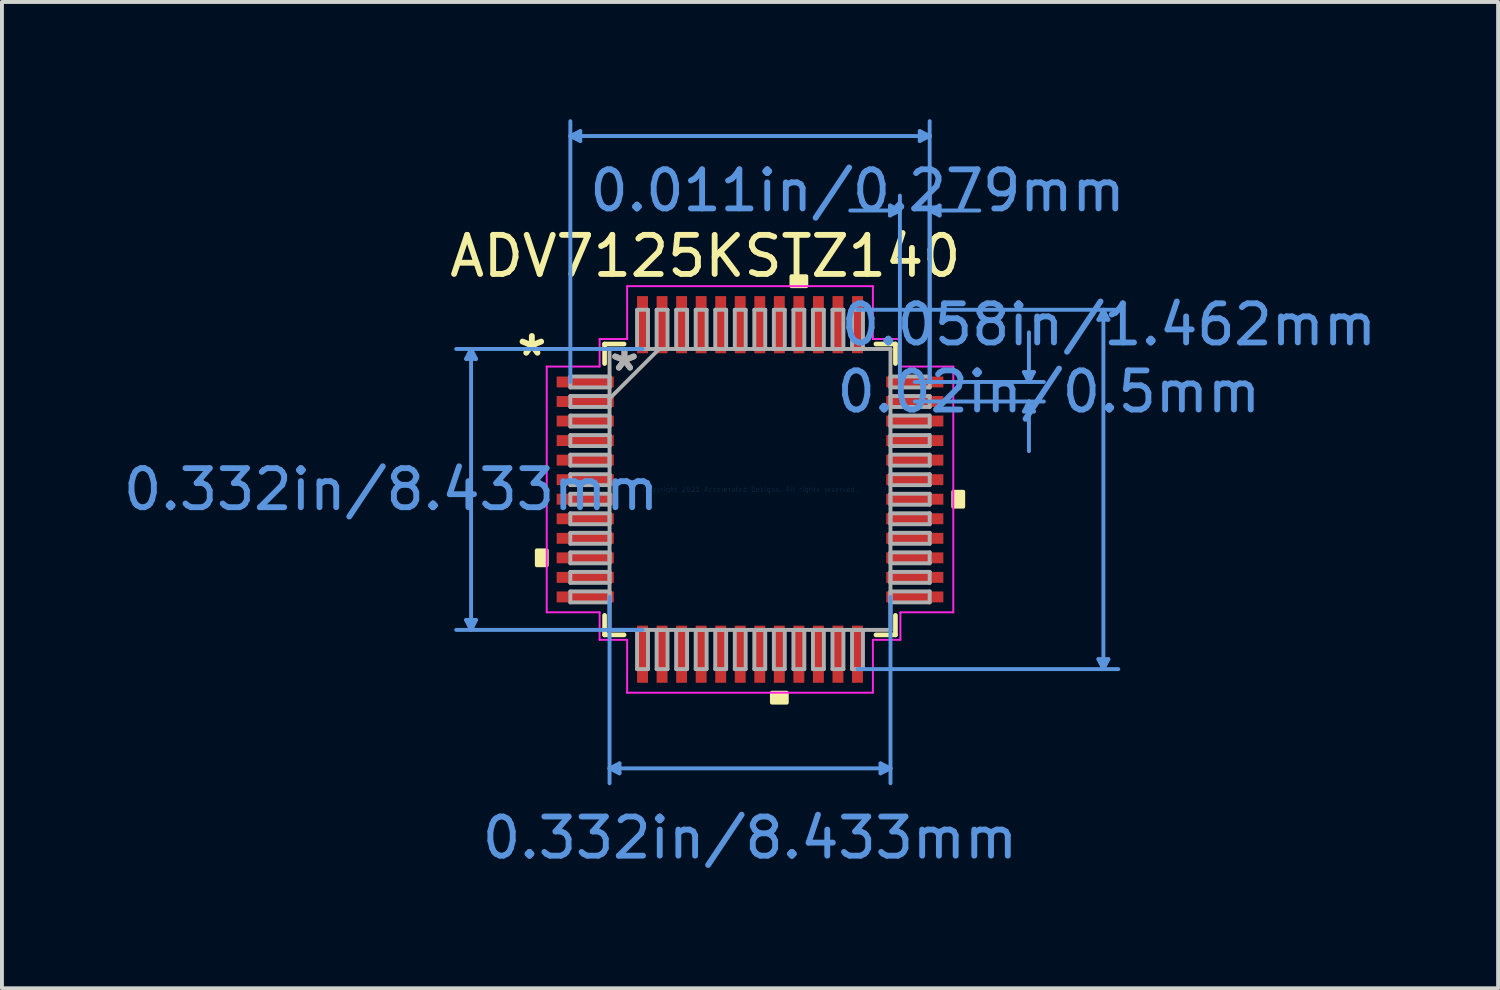
<source format=kicad_pcb>
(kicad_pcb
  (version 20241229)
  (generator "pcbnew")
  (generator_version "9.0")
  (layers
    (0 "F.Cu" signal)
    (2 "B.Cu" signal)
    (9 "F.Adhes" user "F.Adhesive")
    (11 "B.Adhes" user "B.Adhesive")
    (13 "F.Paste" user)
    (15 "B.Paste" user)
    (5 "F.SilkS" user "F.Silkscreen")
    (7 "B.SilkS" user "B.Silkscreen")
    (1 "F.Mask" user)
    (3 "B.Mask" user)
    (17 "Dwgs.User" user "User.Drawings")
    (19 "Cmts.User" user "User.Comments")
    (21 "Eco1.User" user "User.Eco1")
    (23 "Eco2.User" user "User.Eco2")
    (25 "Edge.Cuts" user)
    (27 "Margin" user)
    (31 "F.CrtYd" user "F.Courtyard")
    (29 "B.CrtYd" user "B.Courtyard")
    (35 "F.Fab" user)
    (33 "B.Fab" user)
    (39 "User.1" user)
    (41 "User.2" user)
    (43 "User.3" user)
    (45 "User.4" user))
  (footprint "ADV7125KSTZ140"
    (layer "F.Cu")
    (at 16.14 9.473)
    (property "Reference" "ADV7125KSTZ140" (at -1.143 -5.969 0) (layer "F.SilkS") (effects (font (size 1 1) (thickness 0.15))))
    (attr smd)
    (fp_line (start -3.721 -3.721) (end -3.721 -3.222) (stroke (width 0.12) (type solid)) (layer "F.SilkS"))
    (fp_line (start -3.721 3.222) (end -3.721 3.721) (stroke (width 0.12) (type solid)) (layer "F.SilkS"))
    (fp_line (start -3.721 3.721) (end -3.222 3.721) (stroke (width 0.12) (type solid)) (layer "F.SilkS"))
    (fp_line (start -3.222 -3.721) (end -3.721 -3.721) (stroke (width 0.12) (type solid)) (layer "F.SilkS"))
    (fp_line (start 3.222 3.721) (end 3.721 3.721) (stroke (width 0.12) (type solid)) (layer "F.SilkS"))
    (fp_line (start 3.721 -3.721) (end 3.222 -3.721) (stroke (width 0.12) (type solid)) (layer "F.SilkS"))
    (fp_line (start 3.721 -3.222) (end 3.721 -3.721) (stroke (width 0.12) (type solid)) (layer "F.SilkS"))
    (fp_line (start 3.721 3.721) (end 3.721 3.222) (stroke (width 0.12) (type solid)) (layer "F.SilkS"))
    (fp_poly (pts (xy -5.455 1.559) (xy -5.455 1.94) (xy -5.201 1.94) (xy -5.201 1.559)) (stroke (width 0.1) (type solid)) (fill yes) (layer "F.SilkS"))
    (fp_poly (pts (xy 0.56 5.201) (xy 0.56 5.455) (xy 0.941 5.455) (xy 0.941 5.201)) (stroke (width 0.1) (type solid)) (fill yes) (layer "F.SilkS"))
    (fp_poly (pts (xy 1.06 -5.201) (xy 1.06 -5.455) (xy 1.44 -5.455) (xy 1.44 -5.201)) (stroke (width 0.1) (type solid)) (fill yes) (layer "F.SilkS"))
    (fp_poly (pts (xy 5.455 0.059) (xy 5.455 0.441) (xy 5.201 0.441) (xy 5.201 0.059)) (stroke (width 0.1) (type solid)) (fill yes) (layer "F.SilkS"))
    (fp_line (start -7.264 -3.34) (end -7.01 -3.34) (stroke (width 0.1) (type solid)) (layer "Cmts.User"))
    (fp_line (start -7.264 3.34) (end -7.01 3.34) (stroke (width 0.1) (type solid)) (layer "Cmts.User"))
    (fp_line (start -7.137 -3.594) (end -7.264 -3.34) (stroke (width 0.1) (type solid)) (layer "Cmts.User"))
    (fp_line (start -7.137 -3.594) (end -7.137 3.594) (stroke (width 0.1) (type solid)) (layer "Cmts.User"))
    (fp_line (start -7.137 -3.594) (end -7.01 -3.34) (stroke (width 0.1) (type solid)) (layer "Cmts.User"))
    (fp_line (start -7.137 3.594) (end -7.264 3.34) (stroke (width 0.1) (type solid)) (layer "Cmts.User"))
    (fp_line (start -7.137 3.594) (end -7.01 3.34) (stroke (width 0.1) (type solid)) (layer "Cmts.User"))
    (fp_line (start -4.597 -9.042) (end -4.343 -9.169) (stroke (width 0.1) (type solid)) (layer "Cmts.User"))
    (fp_line (start -4.597 -9.042) (end -4.343 -8.915) (stroke (width 0.1) (type solid)) (layer "Cmts.User"))
    (fp_line (start -4.597 -9.042) (end 4.597 -9.042) (stroke (width 0.1) (type solid)) (layer "Cmts.User"))
    (fp_line (start -4.597 -2.75) (end -4.597 -9.423) (stroke (width 0.1) (type solid)) (layer "Cmts.User"))
    (fp_line (start -4.343 -9.169) (end -4.343 -8.915) (stroke (width 0.1) (type solid)) (layer "Cmts.User"))
    (fp_line (start -3.594 2.75) (end -3.594 7.518) (stroke (width 0.1) (type solid)) (layer "Cmts.User"))
    (fp_line (start -3.594 7.137) (end -3.34 7.01) (stroke (width 0.1) (type solid)) (layer "Cmts.User"))
    (fp_line (start -3.594 7.137) (end -3.34 7.264) (stroke (width 0.1) (type solid)) (layer "Cmts.User"))
    (fp_line (start -3.594 7.137) (end 3.594 7.137) (stroke (width 0.1) (type solid)) (layer "Cmts.User"))
    (fp_line (start -3.34 7.01) (end -3.34 7.264) (stroke (width 0.1) (type solid)) (layer "Cmts.User"))
    (fp_line (start -2.75 -3.594) (end -7.518 -3.594) (stroke (width 0.1) (type solid)) (layer "Cmts.User"))
    (fp_line (start -2.75 3.594) (end -7.518 3.594) (stroke (width 0.1) (type solid)) (layer "Cmts.User"))
    (fp_line (start 2.75 -4.597) (end 9.423 -4.597) (stroke (width 0.1) (type solid)) (layer "Cmts.User"))
    (fp_line (start 2.75 4.597) (end 9.423 4.597) (stroke (width 0.1) (type solid)) (layer "Cmts.User"))
    (fp_line (start 3.34 7.01) (end 3.34 7.264) (stroke (width 0.1) (type solid)) (layer "Cmts.User"))
    (fp_line (start 3.581 -7.264) (end 3.581 -7.01) (stroke (width 0.1) (type solid)) (layer "Cmts.User"))
    (fp_line (start 3.594 2.75) (end 3.594 7.518) (stroke (width 0.1) (type solid)) (layer "Cmts.User"))
    (fp_line (start 3.594 7.137) (end 3.34 7.01) (stroke (width 0.1) (type solid)) (layer "Cmts.User"))
    (fp_line (start 3.594 7.137) (end 3.34 7.264) (stroke (width 0.1) (type solid)) (layer "Cmts.User"))
    (fp_line (start 3.835 -7.137) (end 2.565 -7.137) (stroke (width 0.1) (type solid)) (layer "Cmts.User"))
    (fp_line (start 3.835 -7.137) (end 3.581 -7.264) (stroke (width 0.1) (type solid)) (layer "Cmts.User"))
    (fp_line (start 3.835 -7.137) (end 3.581 -7.01) (stroke (width 0.1) (type solid)) (layer "Cmts.User"))
    (fp_line (start 3.835 -2.75) (end 3.835 -7.518) (stroke (width 0.1) (type solid)) (layer "Cmts.User"))
    (fp_line (start 4.216 -2.75) (end 7.518 -2.75) (stroke (width 0.1) (type solid)) (layer "Cmts.User"))
    (fp_line (start 4.216 -2.25) (end 7.518 -2.25) (stroke (width 0.1) (type solid)) (layer "Cmts.User"))
    (fp_line (start 4.343 -9.169) (end 4.343 -8.915) (stroke (width 0.1) (type solid)) (layer "Cmts.User"))
    (fp_line (start 4.597 -9.042) (end 4.343 -9.169) (stroke (width 0.1) (type solid)) (layer "Cmts.User"))
    (fp_line (start 4.597 -9.042) (end 4.343 -8.915) (stroke (width 0.1) (type solid)) (layer "Cmts.User"))
    (fp_line (start 4.597 -7.137) (end 4.851 -7.264) (stroke (width 0.1) (type solid)) (layer "Cmts.User"))
    (fp_line (start 4.597 -7.137) (end 4.851 -7.01) (stroke (width 0.1) (type solid)) (layer "Cmts.User"))
    (fp_line (start 4.597 -7.137) (end 5.867 -7.137) (stroke (width 0.1) (type solid)) (layer "Cmts.User"))
    (fp_line (start 4.597 -2.75) (end 4.597 -9.423) (stroke (width 0.1) (type solid)) (layer "Cmts.User"))
    (fp_line (start 4.597 -2.75) (end 4.597 -7.518) (stroke (width 0.1) (type solid)) (layer "Cmts.User"))
    (fp_line (start 4.851 -7.264) (end 4.851 -7.01) (stroke (width 0.1) (type solid)) (layer "Cmts.User"))
    (fp_line (start 7.01 -3.004) (end 7.264 -3.004) (stroke (width 0.1) (type solid)) (layer "Cmts.User"))
    (fp_line (start 7.01 -1.996) (end 7.264 -1.996) (stroke (width 0.1) (type solid)) (layer "Cmts.User"))
    (fp_line (start 7.137 -2.75) (end 7.01 -3.004) (stroke (width 0.1) (type solid)) (layer "Cmts.User"))
    (fp_line (start 7.137 -2.75) (end 7.137 -4.02) (stroke (width 0.1) (type solid)) (layer "Cmts.User"))
    (fp_line (start 7.137 -2.75) (end 7.264 -3.004) (stroke (width 0.1) (type solid)) (layer "Cmts.User"))
    (fp_line (start 7.137 -2.25) (end 7.01 -1.996) (stroke (width 0.1) (type solid)) (layer "Cmts.User"))
    (fp_line (start 7.137 -2.25) (end 7.137 -0.98) (stroke (width 0.1) (type solid)) (layer "Cmts.User"))
    (fp_line (start 7.137 -2.25) (end 7.264 -1.996) (stroke (width 0.1) (type solid)) (layer "Cmts.User"))
    (fp_line (start 8.915 -4.343) (end 9.169 -4.343) (stroke (width 0.1) (type solid)) (layer "Cmts.User"))
    (fp_line (start 8.915 4.343) (end 9.169 4.343) (stroke (width 0.1) (type solid)) (layer "Cmts.User"))
    (fp_line (start 9.042 -4.597) (end 8.915 -4.343) (stroke (width 0.1) (type solid)) (layer "Cmts.User"))
    (fp_line (start 9.042 -4.597) (end 9.042 4.597) (stroke (width 0.1) (type solid)) (layer "Cmts.User"))
    (fp_line (start 9.042 -4.597) (end 9.169 -4.343) (stroke (width 0.1) (type solid)) (layer "Cmts.User"))
    (fp_line (start 9.042 4.597) (end 8.915 4.343) (stroke (width 0.1) (type solid)) (layer "Cmts.User"))
    (fp_line (start 9.042 4.597) (end 9.169 4.343) (stroke (width 0.1) (type solid)) (layer "Cmts.User"))
    (fp_line (start -5.201 -3.144) (end -3.848 -3.144) (stroke (width 0.05) (type solid)) (layer "F.CrtYd"))
    (fp_line (start -5.201 3.144) (end -5.201 -3.144) (stroke (width 0.05) (type solid)) (layer "F.CrtYd"))
    (fp_line (start -3.848 -3.848) (end -3.144 -3.848) (stroke (width 0.05) (type solid)) (layer "F.CrtYd"))
    (fp_line (start -3.848 -3.144) (end -3.848 -3.848) (stroke (width 0.05) (type solid)) (layer "F.CrtYd"))
    (fp_line (start -3.848 3.144) (end -5.201 3.144) (stroke (width 0.05) (type solid)) (layer "F.CrtYd"))
    (fp_line (start -3.848 3.848) (end -3.848 3.144) (stroke (width 0.05) (type solid)) (layer "F.CrtYd"))
    (fp_line (start -3.144 -5.201) (end 3.144 -5.201) (stroke (width 0.05) (type solid)) (layer "F.CrtYd"))
    (fp_line (start -3.144 -3.848) (end -3.144 -5.201) (stroke (width 0.05) (type solid)) (layer "F.CrtYd"))
    (fp_line (start -3.144 3.848) (end -3.848 3.848) (stroke (width 0.05) (type solid)) (layer "F.CrtYd"))
    (fp_line (start -3.144 5.201) (end -3.144 3.848) (stroke (width 0.05) (type solid)) (layer "F.CrtYd"))
    (fp_line (start 3.144 -5.201) (end 3.144 -3.848) (stroke (width 0.05) (type solid)) (layer "F.CrtYd"))
    (fp_line (start 3.144 -3.848) (end 3.848 -3.848) (stroke (width 0.05) (type solid)) (layer "F.CrtYd"))
    (fp_line (start 3.144 3.848) (end 3.144 5.201) (stroke (width 0.05) (type solid)) (layer "F.CrtYd"))
    (fp_line (start 3.144 5.201) (end -3.144 5.201) (stroke (width 0.05) (type solid)) (layer "F.CrtYd"))
    (fp_line (start 3.848 -3.848) (end 3.848 -3.144) (stroke (width 0.05) (type solid)) (layer "F.CrtYd"))
    (fp_line (start 3.848 -3.144) (end 5.201 -3.144) (stroke (width 0.05) (type solid)) (layer "F.CrtYd"))
    (fp_line (start 3.848 3.144) (end 3.848 3.848) (stroke (width 0.05) (type solid)) (layer "F.CrtYd"))
    (fp_line (start 3.848 3.848) (end 3.144 3.848) (stroke (width 0.05) (type solid)) (layer "F.CrtYd"))
    (fp_line (start 5.201 -3.144) (end 5.201 3.144) (stroke (width 0.05) (type solid)) (layer "F.CrtYd"))
    (fp_line (start 5.201 3.144) (end 3.848 3.144) (stroke (width 0.05) (type solid)) (layer "F.CrtYd"))
    (fp_line (start -4.597 -2.89) (end -4.597 -2.61) (stroke (width 0.1) (type solid)) (layer "F.Fab"))
    (fp_line (start -4.597 -2.61) (end -3.594 -2.61) (stroke (width 0.1) (type solid)) (layer "F.Fab"))
    (fp_line (start -4.597 -2.39) (end -4.597 -2.11) (stroke (width 0.1) (type solid)) (layer "F.Fab"))
    (fp_line (start -4.597 -2.11) (end -3.594 -2.11) (stroke (width 0.1) (type solid)) (layer "F.Fab"))
    (fp_line (start -4.597 -1.89) (end -4.597 -1.61) (stroke (width 0.1) (type solid)) (layer "F.Fab"))
    (fp_line (start -4.597 -1.61) (end -3.594 -1.61) (stroke (width 0.1) (type solid)) (layer "F.Fab"))
    (fp_line (start -4.597 -1.39) (end -4.597 -1.11) (stroke (width 0.1) (type solid)) (layer "F.Fab"))
    (fp_line (start -4.597 -1.11) (end -3.594 -1.11) (stroke (width 0.1) (type solid)) (layer "F.Fab"))
    (fp_line (start -4.597 -0.89) (end -4.597 -0.61) (stroke (width 0.1) (type solid)) (layer "F.Fab"))
    (fp_line (start -4.597 -0.61) (end -3.594 -0.61) (stroke (width 0.1) (type solid)) (layer "F.Fab"))
    (fp_line (start -4.597 -0.39) (end -4.597 -0.11) (stroke (width 0.1) (type solid)) (layer "F.Fab"))
    (fp_line (start -4.597 -0.11) (end -3.594 -0.11) (stroke (width 0.1) (type solid)) (layer "F.Fab"))
    (fp_line (start -4.597 0.11) (end -4.597 0.39) (stroke (width 0.1) (type solid)) (layer "F.Fab"))
    (fp_line (start -4.597 0.39) (end -3.594 0.39) (stroke (width 0.1) (type solid)) (layer "F.Fab"))
    (fp_line (start -4.597 0.61) (end -4.597 0.89) (stroke (width 0.1) (type solid)) (layer "F.Fab"))
    (fp_line (start -4.597 0.89) (end -3.594 0.89) (stroke (width 0.1) (type solid)) (layer "F.Fab"))
    (fp_line (start -4.597 1.11) (end -4.597 1.39) (stroke (width 0.1) (type solid)) (layer "F.Fab"))
    (fp_line (start -4.597 1.39) (end -3.594 1.39) (stroke (width 0.1) (type solid)) (layer "F.Fab"))
    (fp_line (start -4.597 1.61) (end -4.597 1.89) (stroke (width 0.1) (type solid)) (layer "F.Fab"))
    (fp_line (start -4.597 1.89) (end -3.594 1.89) (stroke (width 0.1) (type solid)) (layer "F.Fab"))
    (fp_line (start -4.597 2.11) (end -4.597 2.39) (stroke (width 0.1) (type solid)) (layer "F.Fab"))
    (fp_line (start -4.597 2.39) (end -3.594 2.39) (stroke (width 0.1) (type solid)) (layer "F.Fab"))
    (fp_line (start -4.597 2.61) (end -4.597 2.89) (stroke (width 0.1) (type solid)) (layer "F.Fab"))
    (fp_line (start -4.597 2.89) (end -3.594 2.89) (stroke (width 0.1) (type solid)) (layer "F.Fab"))
    (fp_line (start -3.594 -3.594) (end -3.594 3.594) (stroke (width 0.1) (type solid)) (layer "F.Fab"))
    (fp_line (start -3.594 -2.89) (end -4.597 -2.89) (stroke (width 0.1) (type solid)) (layer "F.Fab"))
    (fp_line (start -3.594 -2.61) (end -3.594 -2.89) (stroke (width 0.1) (type solid)) (layer "F.Fab"))
    (fp_line (start -3.594 -2.39) (end -4.597 -2.39) (stroke (width 0.1) (type solid)) (layer "F.Fab"))
    (fp_line (start -3.594 -2.324) (end -2.324 -3.594) (stroke (width 0.1) (type solid)) (layer "F.Fab"))
    (fp_line (start -3.594 -2.11) (end -3.594 -2.39) (stroke (width 0.1) (type solid)) (layer "F.Fab"))
    (fp_line (start -3.594 -1.89) (end -4.597 -1.89) (stroke (width 0.1) (type solid)) (layer "F.Fab"))
    (fp_line (start -3.594 -1.61) (end -3.594 -1.89) (stroke (width 0.1) (type solid)) (layer "F.Fab"))
    (fp_line (start -3.594 -1.39) (end -4.597 -1.39) (stroke (width 0.1) (type solid)) (layer "F.Fab"))
    (fp_line (start -3.594 -1.11) (end -3.594 -1.39) (stroke (width 0.1) (type solid)) (layer "F.Fab"))
    (fp_line (start -3.594 -0.89) (end -4.597 -0.89) (stroke (width 0.1) (type solid)) (layer "F.Fab"))
    (fp_line (start -3.594 -0.61) (end -3.594 -0.89) (stroke (width 0.1) (type solid)) (layer "F.Fab"))
    (fp_line (start -3.594 -0.39) (end -4.597 -0.39) (stroke (width 0.1) (type solid)) (layer "F.Fab"))
    (fp_line (start -3.594 -0.11) (end -3.594 -0.39) (stroke (width 0.1) (type solid)) (layer "F.Fab"))
    (fp_line (start -3.594 0.11) (end -4.597 0.11) (stroke (width 0.1) (type solid)) (layer "F.Fab"))
    (fp_line (start -3.594 0.39) (end -3.594 0.11) (stroke (width 0.1) (type solid)) (layer "F.Fab"))
    (fp_line (start -3.594 0.61) (end -4.597 0.61) (stroke (width 0.1) (type solid)) (layer "F.Fab"))
    (fp_line (start -3.594 0.89) (end -3.594 0.61) (stroke (width 0.1) (type solid)) (layer "F.Fab"))
    (fp_line (start -3.594 1.11) (end -4.597 1.11) (stroke (width 0.1) (type solid)) (layer "F.Fab"))
    (fp_line (start -3.594 1.39) (end -3.594 1.11) (stroke (width 0.1) (type solid)) (layer "F.Fab"))
    (fp_line (start -3.594 1.61) (end -4.597 1.61) (stroke (width 0.1) (type solid)) (layer "F.Fab"))
    (fp_line (start -3.594 1.89) (end -3.594 1.61) (stroke (width 0.1) (type solid)) (layer "F.Fab"))
    (fp_line (start -3.594 2.11) (end -4.597 2.11) (stroke (width 0.1) (type solid)) (layer "F.Fab"))
    (fp_line (start -3.594 2.39) (end -3.594 2.11) (stroke (width 0.1) (type solid)) (layer "F.Fab"))
    (fp_line (start -3.594 2.61) (end -4.597 2.61) (stroke (width 0.1) (type solid)) (layer "F.Fab"))
    (fp_line (start -3.594 2.89) (end -3.594 2.61) (stroke (width 0.1) (type solid)) (layer "F.Fab"))
    (fp_line (start -3.594 3.594) (end 3.594 3.594) (stroke (width 0.1) (type solid)) (layer "F.Fab"))
    (fp_line (start -2.89 -4.597) (end -2.89 -3.594) (stroke (width 0.1) (type solid)) (layer "F.Fab"))
    (fp_line (start -2.89 -3.594) (end -2.61 -3.594) (stroke (width 0.1) (type solid)) (layer "F.Fab"))
    (fp_line (start -2.89 3.594) (end -2.89 4.597) (stroke (width 0.1) (type solid)) (layer "F.Fab"))
    (fp_line (start -2.89 4.597) (end -2.61 4.597) (stroke (width 0.1) (type solid)) (layer "F.Fab"))
    (fp_line (start -2.61 -4.597) (end -2.89 -4.597) (stroke (width 0.1) (type solid)) (layer "F.Fab"))
    (fp_line (start -2.61 -3.594) (end -2.61 -4.597) (stroke (width 0.1) (type solid)) (layer "F.Fab"))
    (fp_line (start -2.61 3.594) (end -2.89 3.594) (stroke (width 0.1) (type solid)) (layer "F.Fab"))
    (fp_line (start -2.61 4.597) (end -2.61 3.594) (stroke (width 0.1) (type solid)) (layer "F.Fab"))
    (fp_line (start -2.39 -4.597) (end -2.39 -3.594) (stroke (width 0.1) (type solid)) (layer "F.Fab"))
    (fp_line (start -2.39 -3.594) (end -2.11 -3.594) (stroke (width 0.1) (type solid)) (layer "F.Fab"))
    (fp_line (start -2.39 3.594) (end -2.39 4.597) (stroke (width 0.1) (type solid)) (layer "F.Fab"))
    (fp_line (start -2.39 4.597) (end -2.11 4.597) (stroke (width 0.1) (type solid)) (layer "F.Fab"))
    (fp_line (start -2.11 -4.597) (end -2.39 -4.597) (stroke (width 0.1) (type solid)) (layer "F.Fab"))
    (fp_line (start -2.11 -3.594) (end -2.11 -4.597) (stroke (width 0.1) (type solid)) (layer "F.Fab"))
    (fp_line (start -2.11 3.594) (end -2.39 3.594) (stroke (width 0.1) (type solid)) (layer "F.Fab"))
    (fp_line (start -2.11 4.597) (end -2.11 3.594) (stroke (width 0.1) (type solid)) (layer "F.Fab"))
    (fp_line (start -1.89 -4.597) (end -1.89 -3.594) (stroke (width 0.1) (type solid)) (layer "F.Fab"))
    (fp_line (start -1.89 -3.594) (end -1.61 -3.594) (stroke (width 0.1) (type solid)) (layer "F.Fab"))
    (fp_line (start -1.89 3.594) (end -1.89 4.597) (stroke (width 0.1) (type solid)) (layer "F.Fab"))
    (fp_line (start -1.89 4.597) (end -1.61 4.597) (stroke (width 0.1) (type solid)) (layer "F.Fab"))
    (fp_line (start -1.61 -4.597) (end -1.89 -4.597) (stroke (width 0.1) (type solid)) (layer "F.Fab"))
    (fp_line (start -1.61 -3.594) (end -1.61 -4.597) (stroke (width 0.1) (type solid)) (layer "F.Fab"))
    (fp_line (start -1.61 3.594) (end -1.89 3.594) (stroke (width 0.1) (type solid)) (layer "F.Fab"))
    (fp_line (start -1.61 4.597) (end -1.61 3.594) (stroke (width 0.1) (type solid)) (layer "F.Fab"))
    (fp_line (start -1.39 -4.597) (end -1.39 -3.594) (stroke (width 0.1) (type solid)) (layer "F.Fab"))
    (fp_line (start -1.39 -3.594) (end -1.11 -3.594) (stroke (width 0.1) (type solid)) (layer "F.Fab"))
    (fp_line (start -1.39 3.594) (end -1.39 4.597) (stroke (width 0.1) (type solid)) (layer "F.Fab"))
    (fp_line (start -1.39 4.597) (end -1.11 4.597) (stroke (width 0.1) (type solid)) (layer "F.Fab"))
    (fp_line (start -1.11 -4.597) (end -1.39 -4.597) (stroke (width 0.1) (type solid)) (layer "F.Fab"))
    (fp_line (start -1.11 -3.594) (end -1.11 -4.597) (stroke (width 0.1) (type solid)) (layer "F.Fab"))
    (fp_line (start -1.11 3.594) (end -1.39 3.594) (stroke (width 0.1) (type solid)) (layer "F.Fab"))
    (fp_line (start -1.11 4.597) (end -1.11 3.594) (stroke (width 0.1) (type solid)) (layer "F.Fab"))
    (fp_line (start -0.89 -4.597) (end -0.89 -3.594) (stroke (width 0.1) (type solid)) (layer "F.Fab"))
    (fp_line (start -0.89 -3.594) (end -0.61 -3.594) (stroke (width 0.1) (type solid)) (layer "F.Fab"))
    (fp_line (start -0.89 3.594) (end -0.89 4.597) (stroke (width 0.1) (type solid)) (layer "F.Fab"))
    (fp_line (start -0.89 4.597) (end -0.61 4.597) (stroke (width 0.1) (type solid)) (layer "F.Fab"))
    (fp_line (start -0.61 -4.597) (end -0.89 -4.597) (stroke (width 0.1) (type solid)) (layer "F.Fab"))
    (fp_line (start -0.61 -3.594) (end -0.61 -4.597) (stroke (width 0.1) (type solid)) (layer "F.Fab"))
    (fp_line (start -0.61 3.594) (end -0.89 3.594) (stroke (width 0.1) (type solid)) (layer "F.Fab"))
    (fp_line (start -0.61 4.597) (end -0.61 3.594) (stroke (width 0.1) (type solid)) (layer "F.Fab"))
    (fp_line (start -0.39 -4.597) (end -0.39 -3.594) (stroke (width 0.1) (type solid)) (layer "F.Fab"))
    (fp_line (start -0.39 -3.594) (end -0.11 -3.594) (stroke (width 0.1) (type solid)) (layer "F.Fab"))
    (fp_line (start -0.39 3.594) (end -0.39 4.597) (stroke (width 0.1) (type solid)) (layer "F.Fab"))
    (fp_line (start -0.39 4.597) (end -0.11 4.597) (stroke (width 0.1) (type solid)) (layer "F.Fab"))
    (fp_line (start -0.11 -4.597) (end -0.39 -4.597) (stroke (width 0.1) (type solid)) (layer "F.Fab"))
    (fp_line (start -0.11 -3.594) (end -0.11 -4.597) (stroke (width 0.1) (type solid)) (layer "F.Fab"))
    (fp_line (start -0.11 3.594) (end -0.39 3.594) (stroke (width 0.1) (type solid)) (layer "F.Fab"))
    (fp_line (start -0.11 4.597) (end -0.11 3.594) (stroke (width 0.1) (type solid)) (layer "F.Fab"))
    (fp_line (start 0.11 -4.597) (end 0.11 -3.594) (stroke (width 0.1) (type solid)) (layer "F.Fab"))
    (fp_line (start 0.11 -3.594) (end 0.39 -3.594) (stroke (width 0.1) (type solid)) (layer "F.Fab"))
    (fp_line (start 0.11 3.594) (end 0.11 4.597) (stroke (width 0.1) (type solid)) (layer "F.Fab"))
    (fp_line (start 0.11 4.597) (end 0.39 4.597) (stroke (width 0.1) (type solid)) (layer "F.Fab"))
    (fp_line (start 0.39 -4.597) (end 0.11 -4.597) (stroke (width 0.1) (type solid)) (layer "F.Fab"))
    (fp_line (start 0.39 -3.594) (end 0.39 -4.597) (stroke (width 0.1) (type solid)) (layer "F.Fab"))
    (fp_line (start 0.39 3.594) (end 0.11 3.594) (stroke (width 0.1) (type solid)) (layer "F.Fab"))
    (fp_line (start 0.39 4.597) (end 0.39 3.594) (stroke (width 0.1) (type solid)) (layer "F.Fab"))
    (fp_line (start 0.61 -4.597) (end 0.61 -3.594) (stroke (width 0.1) (type solid)) (layer "F.Fab"))
    (fp_line (start 0.61 -3.594) (end 0.89 -3.594) (stroke (width 0.1) (type solid)) (layer "F.Fab"))
    (fp_line (start 0.61 3.594) (end 0.61 4.597) (stroke (width 0.1) (type solid)) (layer "F.Fab"))
    (fp_line (start 0.61 4.597) (end 0.89 4.597) (stroke (width 0.1) (type solid)) (layer "F.Fab"))
    (fp_line (start 0.89 -4.597) (end 0.61 -4.597) (stroke (width 0.1) (type solid)) (layer "F.Fab"))
    (fp_line (start 0.89 -3.594) (end 0.89 -4.597) (stroke (width 0.1) (type solid)) (layer "F.Fab"))
    (fp_line (start 0.89 3.594) (end 0.61 3.594) (stroke (width 0.1) (type solid)) (layer "F.Fab"))
    (fp_line (start 0.89 4.597) (end 0.89 3.594) (stroke (width 0.1) (type solid)) (layer "F.Fab"))
    (fp_line (start 1.11 -4.597) (end 1.11 -3.594) (stroke (width 0.1) (type solid)) (layer "F.Fab"))
    (fp_line (start 1.11 -3.594) (end 1.39 -3.594) (stroke (width 0.1) (type solid)) (layer "F.Fab"))
    (fp_line (start 1.11 3.594) (end 1.11 4.597) (stroke (width 0.1) (type solid)) (layer "F.Fab"))
    (fp_line (start 1.11 4.597) (end 1.39 4.597) (stroke (width 0.1) (type solid)) (layer "F.Fab"))
    (fp_line (start 1.39 -4.597) (end 1.11 -4.597) (stroke (width 0.1) (type solid)) (layer "F.Fab"))
    (fp_line (start 1.39 -3.594) (end 1.39 -4.597) (stroke (width 0.1) (type solid)) (layer "F.Fab"))
    (fp_line (start 1.39 3.594) (end 1.11 3.594) (stroke (width 0.1) (type solid)) (layer "F.Fab"))
    (fp_line (start 1.39 4.597) (end 1.39 3.594) (stroke (width 0.1) (type solid)) (layer "F.Fab"))
    (fp_line (start 1.61 -4.597) (end 1.61 -3.594) (stroke (width 0.1) (type solid)) (layer "F.Fab"))
    (fp_line (start 1.61 -3.594) (end 1.89 -3.594) (stroke (width 0.1) (type solid)) (layer "F.Fab"))
    (fp_line (start 1.61 3.594) (end 1.61 4.597) (stroke (width 0.1) (type solid)) (layer "F.Fab"))
    (fp_line (start 1.61 4.597) (end 1.89 4.597) (stroke (width 0.1) (type solid)) (layer "F.Fab"))
    (fp_line (start 1.89 -4.597) (end 1.61 -4.597) (stroke (width 0.1) (type solid)) (layer "F.Fab"))
    (fp_line (start 1.89 -3.594) (end 1.89 -4.597) (stroke (width 0.1) (type solid)) (layer "F.Fab"))
    (fp_line (start 1.89 3.594) (end 1.61 3.594) (stroke (width 0.1) (type solid)) (layer "F.Fab"))
    (fp_line (start 1.89 4.597) (end 1.89 3.594) (stroke (width 0.1) (type solid)) (layer "F.Fab"))
    (fp_line (start 2.11 -4.597) (end 2.11 -3.594) (stroke (width 0.1) (type solid)) (layer "F.Fab"))
    (fp_line (start 2.11 -3.594) (end 2.39 -3.594) (stroke (width 0.1) (type solid)) (layer "F.Fab"))
    (fp_line (start 2.11 3.594) (end 2.11 4.597) (stroke (width 0.1) (type solid)) (layer "F.Fab"))
    (fp_line (start 2.11 4.597) (end 2.39 4.597) (stroke (width 0.1) (type solid)) (layer "F.Fab"))
    (fp_line (start 2.39 -4.597) (end 2.11 -4.597) (stroke (width 0.1) (type solid)) (layer "F.Fab"))
    (fp_line (start 2.39 -3.594) (end 2.39 -4.597) (stroke (width 0.1) (type solid)) (layer "F.Fab"))
    (fp_line (start 2.39 3.594) (end 2.11 3.594) (stroke (width 0.1) (type solid)) (layer "F.Fab"))
    (fp_line (start 2.39 4.597) (end 2.39 3.594) (stroke (width 0.1) (type solid)) (layer "F.Fab"))
    (fp_line (start 2.61 -4.597) (end 2.61 -3.594) (stroke (width 0.1) (type solid)) (layer "F.Fab"))
    (fp_line (start 2.61 -3.594) (end 2.89 -3.594) (stroke (width 0.1) (type solid)) (layer "F.Fab"))
    (fp_line (start 2.61 3.594) (end 2.61 4.597) (stroke (width 0.1) (type solid)) (layer "F.Fab"))
    (fp_line (start 2.61 4.597) (end 2.89 4.597) (stroke (width 0.1) (type solid)) (layer "F.Fab"))
    (fp_line (start 2.89 -4.597) (end 2.61 -4.597) (stroke (width 0.1) (type solid)) (layer "F.Fab"))
    (fp_line (start 2.89 -3.594) (end 2.89 -4.597) (stroke (width 0.1) (type solid)) (layer "F.Fab"))
    (fp_line (start 2.89 3.594) (end 2.61 3.594) (stroke (width 0.1) (type solid)) (layer "F.Fab"))
    (fp_line (start 2.89 4.597) (end 2.89 3.594) (stroke (width 0.1) (type solid)) (layer "F.Fab"))
    (fp_line (start 3.594 -3.594) (end -3.594 -3.594) (stroke (width 0.1) (type solid)) (layer "F.Fab"))
    (fp_line (start 3.594 -2.89) (end 3.594 -2.61) (stroke (width 0.1) (type solid)) (layer "F.Fab"))
    (fp_line (start 3.594 -2.61) (end 4.597 -2.61) (stroke (width 0.1) (type solid)) (layer "F.Fab"))
    (fp_line (start 3.594 -2.39) (end 3.594 -2.11) (stroke (width 0.1) (type solid)) (layer "F.Fab"))
    (fp_line (start 3.594 -2.11) (end 4.597 -2.11) (stroke (width 0.1) (type solid)) (layer "F.Fab"))
    (fp_line (start 3.594 -1.89) (end 3.594 -1.61) (stroke (width 0.1) (type solid)) (layer "F.Fab"))
    (fp_line (start 3.594 -1.61) (end 4.597 -1.61) (stroke (width 0.1) (type solid)) (layer "F.Fab"))
    (fp_line (start 3.594 -1.39) (end 3.594 -1.11) (stroke (width 0.1) (type solid)) (layer "F.Fab"))
    (fp_line (start 3.594 -1.11) (end 4.597 -1.11) (stroke (width 0.1) (type solid)) (layer "F.Fab"))
    (fp_line (start 3.594 -0.89) (end 3.594 -0.61) (stroke (width 0.1) (type solid)) (layer "F.Fab"))
    (fp_line (start 3.594 -0.61) (end 4.597 -0.61) (stroke (width 0.1) (type solid)) (layer "F.Fab"))
    (fp_line (start 3.594 -0.39) (end 3.594 -0.11) (stroke (width 0.1) (type solid)) (layer "F.Fab"))
    (fp_line (start 3.594 -0.11) (end 4.597 -0.11) (stroke (width 0.1) (type solid)) (layer "F.Fab"))
    (fp_line (start 3.594 0.11) (end 3.594 0.39) (stroke (width 0.1) (type solid)) (layer "F.Fab"))
    (fp_line (start 3.594 0.39) (end 4.597 0.39) (stroke (width 0.1) (type solid)) (layer "F.Fab"))
    (fp_line (start 3.594 0.61) (end 3.594 0.89) (stroke (width 0.1) (type solid)) (layer "F.Fab"))
    (fp_line (start 3.594 0.89) (end 4.597 0.89) (stroke (width 0.1) (type solid)) (layer "F.Fab"))
    (fp_line (start 3.594 1.11) (end 3.594 1.39) (stroke (width 0.1) (type solid)) (layer "F.Fab"))
    (fp_line (start 3.594 1.39) (end 4.597 1.39) (stroke (width 0.1) (type solid)) (layer "F.Fab"))
    (fp_line (start 3.594 1.61) (end 3.594 1.89) (stroke (width 0.1) (type solid)) (layer "F.Fab"))
    (fp_line (start 3.594 1.89) (end 4.597 1.89) (stroke (width 0.1) (type solid)) (layer "F.Fab"))
    (fp_line (start 3.594 2.11) (end 3.594 2.39) (stroke (width 0.1) (type solid)) (layer "F.Fab"))
    (fp_line (start 3.594 2.39) (end 4.597 2.39) (stroke (width 0.1) (type solid)) (layer "F.Fab"))
    (fp_line (start 3.594 2.61) (end 3.594 2.89) (stroke (width 0.1) (type solid)) (layer "F.Fab"))
    (fp_line (start 3.594 2.89) (end 4.597 2.89) (stroke (width 0.1) (type solid)) (layer "F.Fab"))
    (fp_line (start 3.594 3.594) (end 3.594 -3.594) (stroke (width 0.1) (type solid)) (layer "F.Fab"))
    (fp_line (start 4.597 -2.89) (end 3.594 -2.89) (stroke (width 0.1) (type solid)) (layer "F.Fab"))
    (fp_line (start 4.597 -2.61) (end 4.597 -2.89) (stroke (width 0.1) (type solid)) (layer "F.Fab"))
    (fp_line (start 4.597 -2.39) (end 3.594 -2.39) (stroke (width 0.1) (type solid)) (layer "F.Fab"))
    (fp_line (start 4.597 -2.11) (end 4.597 -2.39) (stroke (width 0.1) (type solid)) (layer "F.Fab"))
    (fp_line (start 4.597 -1.89) (end 3.594 -1.89) (stroke (width 0.1) (type solid)) (layer "F.Fab"))
    (fp_line (start 4.597 -1.61) (end 4.597 -1.89) (stroke (width 0.1) (type solid)) (layer "F.Fab"))
    (fp_line (start 4.597 -1.39) (end 3.594 -1.39) (stroke (width 0.1) (type solid)) (layer "F.Fab"))
    (fp_line (start 4.597 -1.11) (end 4.597 -1.39) (stroke (width 0.1) (type solid)) (layer "F.Fab"))
    (fp_line (start 4.597 -0.89) (end 3.594 -0.89) (stroke (width 0.1) (type solid)) (layer "F.Fab"))
    (fp_line (start 4.597 -0.61) (end 4.597 -0.89) (stroke (width 0.1) (type solid)) (layer "F.Fab"))
    (fp_line (start 4.597 -0.39) (end 3.594 -0.39) (stroke (width 0.1) (type solid)) (layer "F.Fab"))
    (fp_line (start 4.597 -0.11) (end 4.597 -0.39) (stroke (width 0.1) (type solid)) (layer "F.Fab"))
    (fp_line (start 4.597 0.11) (end 3.594 0.11) (stroke (width 0.1) (type solid)) (layer "F.Fab"))
    (fp_line (start 4.597 0.39) (end 4.597 0.11) (stroke (width 0.1) (type solid)) (layer "F.Fab"))
    (fp_line (start 4.597 0.61) (end 3.594 0.61) (stroke (width 0.1) (type solid)) (layer "F.Fab"))
    (fp_line (start 4.597 0.89) (end 4.597 0.61) (stroke (width 0.1) (type solid)) (layer "F.Fab"))
    (fp_line (start 4.597 1.11) (end 3.594 1.11) (stroke (width 0.1) (type solid)) (layer "F.Fab"))
    (fp_line (start 4.597 1.39) (end 4.597 1.11) (stroke (width 0.1) (type solid)) (layer "F.Fab"))
    (fp_line (start 4.597 1.61) (end 3.594 1.61) (stroke (width 0.1) (type solid)) (layer "F.Fab"))
    (fp_line (start 4.597 1.89) (end 4.597 1.61) (stroke (width 0.1) (type solid)) (layer "F.Fab"))
    (fp_line (start 4.597 2.11) (end 3.594 2.11) (stroke (width 0.1) (type solid)) (layer "F.Fab"))
    (fp_line (start 4.597 2.39) (end 4.597 2.11) (stroke (width 0.1) (type solid)) (layer "F.Fab"))
    (fp_line (start 4.597 2.61) (end 3.594 2.61) (stroke (width 0.1) (type solid)) (layer "F.Fab"))
    (fp_line (start 4.597 2.89) (end 4.597 2.61) (stroke (width 0.1) (type solid)) (layer "F.Fab"))
    (fp_text user "*" (at -5.582 -3.381 0) (layer "F.SilkS") (effects (font (size 1 1) (thickness 0.15))))
    (fp_text user "0.332in/8.433mm" (at 0 8.915 0) (layer "Cmts.User") (effects (font (size 1 1) (thickness 0.15))))
    (fp_text user "0.058in/1.462mm" (at 9.182 -4.216 0) (layer "Cmts.User") (effects (font (size 1 1) (thickness 0.15))))
    (fp_text user "0.02in/0.5mm" (at 7.645 -2.5 0) (layer "Cmts.User") (effects (font (size 1 1) (thickness 0.15))))
    (fp_text user "0.332in/8.433mm" (at -9.182 0 0) (layer "Cmts.User") (effects (font (size 1 1) (thickness 0.15))))
    (fp_text user "0.011in/0.279mm" (at 2.75 -7.645 0) (layer "Cmts.User") (effects (font (size 1 1) (thickness 0.15))))
    (fp_text user "Copyright 2021 Accelerated Designs. All rights reserved." (at 0 0 0) (layer "Cmts.User") (effects (font (size 0.127 0.127) (thickness 0.002))))
    (fp_text user "*" (at -3.213 -3 0) (layer "F.Fab") (effects (font (size 1 1) (thickness 0.15))))
    (fp_text user "*" (at -3.213 -3 0) (layer "F.Fab") (effects (font (size 1 1) (thickness 0.15))))
    (pad "1" smd rect (at -4.216 -2.75 90) (size 0.279 1.462) (layers "F.Cu" "F.Mask" "F.Paste"))
    (pad "2" smd rect (at -4.216 -2.25 90) (size 0.279 1.462) (layers "F.Cu" "F.Mask" "F.Paste"))
    (pad "3" smd rect (at -4.216 -1.75 90) (size 0.279 1.462) (layers "F.Cu" "F.Mask" "F.Paste"))
    (pad "4" smd rect (at -4.216 -1.25 90) (size 0.279 1.462) (layers "F.Cu" "F.Mask" "F.Paste"))
    (pad "5" smd rect (at -4.216 -0.75 90) (size 0.279 1.462) (layers "F.Cu" "F.Mask" "F.Paste"))
    (pad "6" smd rect (at -4.216 -0.25 90) (size 0.279 1.462) (layers "F.Cu" "F.Mask" "F.Paste"))
    (pad "7" smd rect (at -4.216 0.25 90) (size 0.279 1.462) (layers "F.Cu" "F.Mask" "F.Paste"))
    (pad "8" smd rect (at -4.216 0.75 90) (size 0.279 1.462) (layers "F.Cu" "F.Mask" "F.Paste"))
    (pad "9" smd rect (at -4.216 1.25 90) (size 0.279 1.462) (layers "F.Cu" "F.Mask" "F.Paste"))
    (pad "10" smd rect (at -4.216 1.75 90) (size 0.279 1.462) (layers "F.Cu" "F.Mask" "F.Paste"))
    (pad "11" smd rect (at -4.216 2.25 90) (size 0.279 1.462) (layers "F.Cu" "F.Mask" "F.Paste"))
    (pad "12" smd rect (at -4.216 2.75 90) (size 0.279 1.462) (layers "F.Cu" "F.Mask" "F.Paste"))
    (pad "13" smd rect (at -2.75 4.216) (size 0.279 1.462) (layers "F.Cu" "F.Mask" "F.Paste"))
    (pad "14" smd rect (at -2.25 4.216) (size 0.279 1.462) (layers "F.Cu" "F.Mask" "F.Paste"))
    (pad "15" smd rect (at -1.75 4.216) (size 0.279 1.462) (layers "F.Cu" "F.Mask" "F.Paste"))
    (pad "16" smd rect (at -1.25 4.216) (size 0.279 1.462) (layers "F.Cu" "F.Mask" "F.Paste"))
    (pad "17" smd rect (at -0.75 4.216) (size 0.279 1.462) (layers "F.Cu" "F.Mask" "F.Paste"))
    (pad "18" smd rect (at -0.25 4.216) (size 0.279 1.462) (layers "F.Cu" "F.Mask" "F.Paste"))
    (pad "19" smd rect (at 0.25 4.216) (size 0.279 1.462) (layers "F.Cu" "F.Mask" "F.Paste"))
    (pad "20" smd rect (at 0.75 4.216) (size 0.279 1.462) (layers "F.Cu" "F.Mask" "F.Paste"))
    (pad "21" smd rect (at 1.25 4.216) (size 0.279 1.462) (layers "F.Cu" "F.Mask" "F.Paste"))
    (pad "22" smd rect (at 1.75 4.216) (size 0.279 1.462) (layers "F.Cu" "F.Mask" "F.Paste"))
    (pad "23" smd rect (at 2.25 4.216) (size 0.279 1.462) (layers "F.Cu" "F.Mask" "F.Paste"))
    (pad "24" smd rect (at 2.75 4.216) (size 0.279 1.462) (layers "F.Cu" "F.Mask" "F.Paste"))
    (pad "25" smd rect (at 4.216 2.75 90) (size 0.279 1.462) (layers "F.Cu" "F.Mask" "F.Paste"))
    (pad "26" smd rect (at 4.216 2.25 90) (size 0.279 1.462) (layers "F.Cu" "F.Mask" "F.Paste"))
    (pad "27" smd rect (at 4.216 1.75 90) (size 0.279 1.462) (layers "F.Cu" "F.Mask" "F.Paste"))
    (pad "28" smd rect (at 4.216 1.25 90) (size 0.279 1.462) (layers "F.Cu" "F.Mask" "F.Paste"))
    (pad "29" smd rect (at 4.216 0.75 90) (size 0.279 1.462) (layers "F.Cu" "F.Mask" "F.Paste"))
    (pad "30" smd rect (at 4.216 0.25 90) (size 0.279 1.462) (layers "F.Cu" "F.Mask" "F.Paste"))
    (pad "31" smd rect (at 4.216 -0.25 90) (size 0.279 1.462) (layers "F.Cu" "F.Mask" "F.Paste"))
    (pad "32" smd rect (at 4.216 -0.75 90) (size 0.279 1.462) (layers "F.Cu" "F.Mask" "F.Paste"))
    (pad "33" smd rect (at 4.216 -1.25 90) (size 0.279 1.462) (layers "F.Cu" "F.Mask" "F.Paste"))
    (pad "34" smd rect (at 4.216 -1.75 90) (size 0.279 1.462) (layers "F.Cu" "F.Mask" "F.Paste"))
    (pad "35" smd rect (at 4.216 -2.25 90) (size 0.279 1.462) (layers "F.Cu" "F.Mask" "F.Paste"))
    (pad "36" smd rect (at 4.216 -2.75 90) (size 0.279 1.462) (layers "F.Cu" "F.Mask" "F.Paste"))
    (pad "37" smd rect (at 2.75 -4.216) (size 0.279 1.462) (layers "F.Cu" "F.Mask" "F.Paste"))
    (pad "38" smd rect (at 2.25 -4.216) (size 0.279 1.462) (layers "F.Cu" "F.Mask" "F.Paste"))
    (pad "39" smd rect (at 1.75 -4.216) (size 0.279 1.462) (layers "F.Cu" "F.Mask" "F.Paste"))
    (pad "40" smd rect (at 1.25 -4.216) (size 0.279 1.462) (layers "F.Cu" "F.Mask" "F.Paste"))
    (pad "41" smd rect (at 0.75 -4.216) (size 0.279 1.462) (layers "F.Cu" "F.Mask" "F.Paste"))
    (pad "42" smd rect (at 0.25 -4.216) (size 0.279 1.462) (layers "F.Cu" "F.Mask" "F.Paste"))
    (pad "43" smd rect (at -0.25 -4.216) (size 0.279 1.462) (layers "F.Cu" "F.Mask" "F.Paste"))
    (pad "44" smd rect (at -0.75 -4.216) (size 0.279 1.462) (layers "F.Cu" "F.Mask" "F.Paste"))
    (pad "45" smd rect (at -1.25 -4.216) (size 0.279 1.462) (layers "F.Cu" "F.Mask" "F.Paste"))
    (pad "46" smd rect (at -1.75 -4.216) (size 0.279 1.462) (layers "F.Cu" "F.Mask" "F.Paste"))
    (pad "47" smd rect (at -2.25 -4.216) (size 0.279 1.462) (layers "F.Cu" "F.Mask" "F.Paste"))
    (pad "48" smd rect (at -2.75 -4.216) (size 0.279 1.462) (layers "F.Cu" "F.Mask" "F.Paste")))
  (gr_rect
    (start -3 -3)
    (end 35.281 22.237)
    (stroke (width 0.1) (type default))
    (fill no)
    (layer "Edge.Cuts")))
</source>
